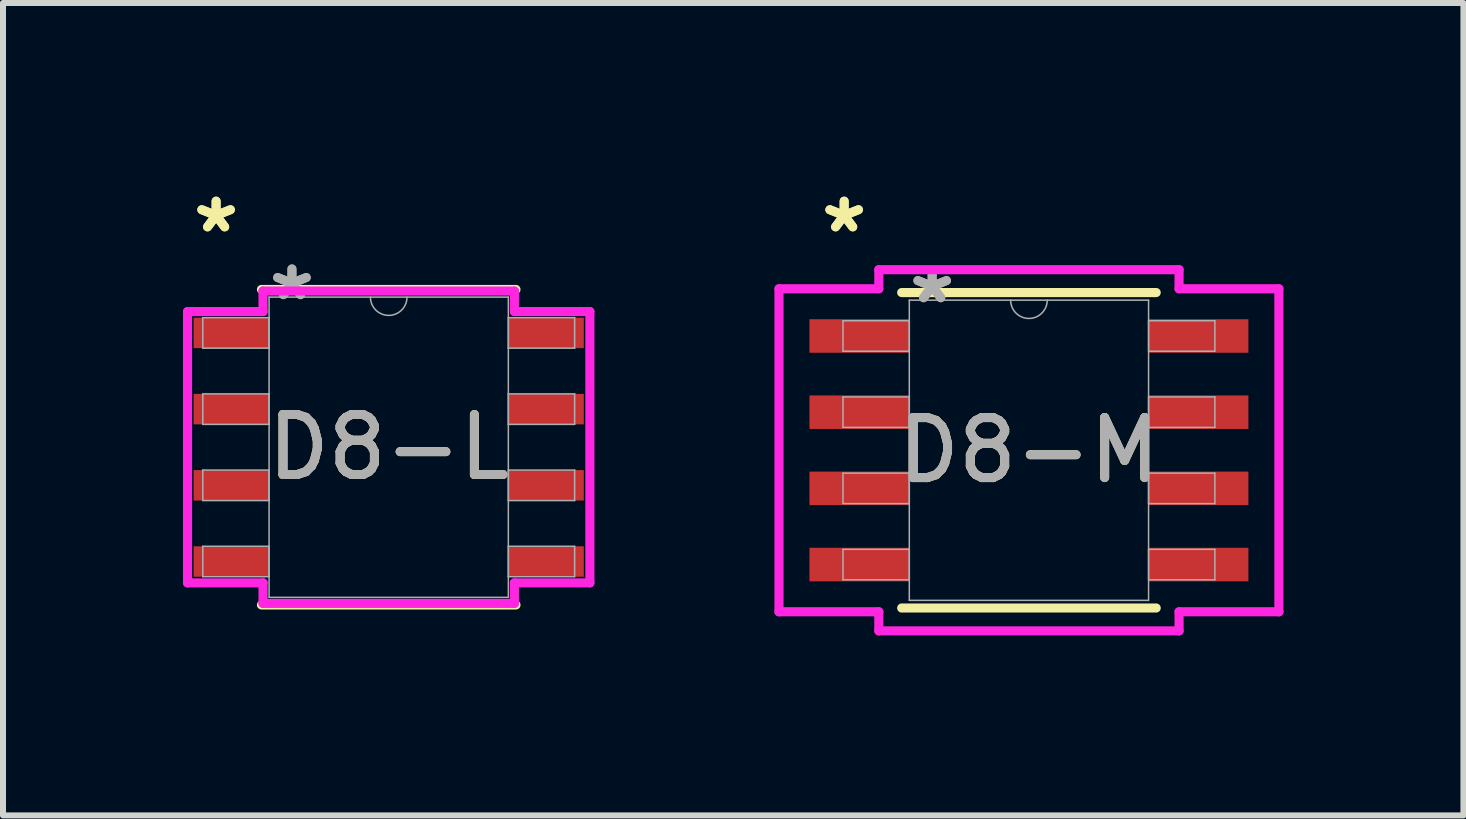
<source format=kicad_pcb>
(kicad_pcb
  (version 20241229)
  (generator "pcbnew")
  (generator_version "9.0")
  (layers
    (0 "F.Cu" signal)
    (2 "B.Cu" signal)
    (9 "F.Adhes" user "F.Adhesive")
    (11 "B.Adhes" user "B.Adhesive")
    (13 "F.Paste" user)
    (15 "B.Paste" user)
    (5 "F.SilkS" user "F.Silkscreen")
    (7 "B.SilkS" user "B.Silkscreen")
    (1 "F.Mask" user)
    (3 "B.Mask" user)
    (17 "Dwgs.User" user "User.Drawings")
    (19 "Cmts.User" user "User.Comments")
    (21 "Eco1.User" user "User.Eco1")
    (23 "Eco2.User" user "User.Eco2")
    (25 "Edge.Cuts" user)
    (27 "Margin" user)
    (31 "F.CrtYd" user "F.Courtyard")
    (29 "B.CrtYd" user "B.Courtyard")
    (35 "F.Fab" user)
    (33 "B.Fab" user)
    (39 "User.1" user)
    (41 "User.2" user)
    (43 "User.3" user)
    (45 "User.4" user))
  (footprint "D8-L"
    (layer "F.Cu")
    (at 3.429 4.404)
    (property "Reference" "D8-L" (at 0 0 0) (unlocked yes) (layer "F.SilkS") (effects (font (size 1 1) (thickness 0.15))))
    (attr smd)
    (fp_line (start -2.121 2.629) (end 2.121 2.629) (stroke (width 0.152) (type solid)) (layer "F.SilkS"))
    (fp_line (start 2.121 -2.629) (end -2.121 -2.629) (stroke (width 0.152) (type solid)) (layer "F.SilkS"))
    (fp_line (start -3.353 -2.261) (end -2.095 -2.261) (stroke (width 0.152) (type solid)) (layer "F.CrtYd"))
    (fp_line (start -3.353 2.261) (end -3.353 -2.261) (stroke (width 0.152) (type solid)) (layer "F.CrtYd"))
    (fp_line (start -3.353 2.261) (end -2.095 2.261) (stroke (width 0.152) (type solid)) (layer "F.CrtYd"))
    (fp_line (start -2.095 -2.603) (end 2.095 -2.603) (stroke (width 0.152) (type solid)) (layer "F.CrtYd"))
    (fp_line (start -2.095 -2.261) (end -2.095 -2.603) (stroke (width 0.152) (type solid)) (layer "F.CrtYd"))
    (fp_line (start -2.095 2.603) (end -2.095 2.261) (stroke (width 0.152) (type solid)) (layer "F.CrtYd"))
    (fp_line (start 2.095 -2.603) (end 2.095 -2.261) (stroke (width 0.152) (type solid)) (layer "F.CrtYd"))
    (fp_line (start 2.095 2.261) (end 2.095 2.603) (stroke (width 0.152) (type solid)) (layer "F.CrtYd"))
    (fp_line (start 2.095 2.603) (end -2.095 2.603) (stroke (width 0.152) (type solid)) (layer "F.CrtYd"))
    (fp_line (start 3.353 -2.261) (end 2.095 -2.261) (stroke (width 0.152) (type solid)) (layer "F.CrtYd"))
    (fp_line (start 3.353 -2.261) (end 3.353 2.261) (stroke (width 0.152) (type solid)) (layer "F.CrtYd"))
    (fp_line (start 3.353 2.261) (end 2.095 2.261) (stroke (width 0.152) (type solid)) (layer "F.CrtYd"))
    (fp_line (start -3.099 -2.159) (end -3.099 -1.651) (stroke (width 0.025) (type solid)) (layer "F.Fab"))
    (fp_line (start -3.099 -1.651) (end -1.994 -1.651) (stroke (width 0.025) (type solid)) (layer "F.Fab"))
    (fp_line (start -3.099 -0.889) (end -3.099 -0.381) (stroke (width 0.025) (type solid)) (layer "F.Fab"))
    (fp_line (start -3.099 -0.381) (end -1.994 -0.381) (stroke (width 0.025) (type solid)) (layer "F.Fab"))
    (fp_line (start -3.099 0.381) (end -3.099 0.889) (stroke (width 0.025) (type solid)) (layer "F.Fab"))
    (fp_line (start -3.099 0.889) (end -1.994 0.889) (stroke (width 0.025) (type solid)) (layer "F.Fab"))
    (fp_line (start -3.099 1.651) (end -3.099 2.159) (stroke (width 0.025) (type solid)) (layer "F.Fab"))
    (fp_line (start -3.099 2.159) (end -1.994 2.159) (stroke (width 0.025) (type solid)) (layer "F.Fab"))
    (fp_line (start -1.994 -2.502) (end -1.994 2.502) (stroke (width 0.025) (type solid)) (layer "F.Fab"))
    (fp_line (start -1.994 -2.159) (end -3.099 -2.159) (stroke (width 0.025) (type solid)) (layer "F.Fab"))
    (fp_line (start -1.994 -1.651) (end -1.994 -2.159) (stroke (width 0.025) (type solid)) (layer "F.Fab"))
    (fp_line (start -1.994 -0.889) (end -3.099 -0.889) (stroke (width 0.025) (type solid)) (layer "F.Fab"))
    (fp_line (start -1.994 -0.381) (end -1.994 -0.889) (stroke (width 0.025) (type solid)) (layer "F.Fab"))
    (fp_line (start -1.994 0.381) (end -3.099 0.381) (stroke (width 0.025) (type solid)) (layer "F.Fab"))
    (fp_line (start -1.994 0.889) (end -1.994 0.381) (stroke (width 0.025) (type solid)) (layer "F.Fab"))
    (fp_line (start -1.994 1.651) (end -3.099 1.651) (stroke (width 0.025) (type solid)) (layer "F.Fab"))
    (fp_line (start -1.994 2.159) (end -1.994 1.651) (stroke (width 0.025) (type solid)) (layer "F.Fab"))
    (fp_line (start -1.994 2.502) (end 1.994 2.502) (stroke (width 0.025) (type solid)) (layer "F.Fab"))
    (fp_line (start 1.994 -2.502) (end -1.994 -2.502) (stroke (width 0.025) (type solid)) (layer "F.Fab"))
    (fp_line (start 1.994 -2.159) (end 1.994 -1.651) (stroke (width 0.025) (type solid)) (layer "F.Fab"))
    (fp_line (start 1.994 -1.651) (end 3.099 -1.651) (stroke (width 0.025) (type solid)) (layer "F.Fab"))
    (fp_line (start 1.994 -0.889) (end 1.994 -0.381) (stroke (width 0.025) (type solid)) (layer "F.Fab"))
    (fp_line (start 1.994 -0.381) (end 3.099 -0.381) (stroke (width 0.025) (type solid)) (layer "F.Fab"))
    (fp_line (start 1.994 0.381) (end 1.994 0.889) (stroke (width 0.025) (type solid)) (layer "F.Fab"))
    (fp_line (start 1.994 0.889) (end 3.099 0.889) (stroke (width 0.025) (type solid)) (layer "F.Fab"))
    (fp_line (start 1.994 1.651) (end 1.994 2.159) (stroke (width 0.025) (type solid)) (layer "F.Fab"))
    (fp_line (start 1.994 2.159) (end 3.099 2.159) (stroke (width 0.025) (type solid)) (layer "F.Fab"))
    (fp_line (start 1.994 2.502) (end 1.994 -2.502) (stroke (width 0.025) (type solid)) (layer "F.Fab"))
    (fp_line (start 3.099 -2.159) (end 1.994 -2.159) (stroke (width 0.025) (type solid)) (layer "F.Fab"))
    (fp_line (start 3.099 -1.651) (end 3.099 -2.159) (stroke (width 0.025) (type solid)) (layer "F.Fab"))
    (fp_line (start 3.099 -0.889) (end 1.994 -0.889) (stroke (width 0.025) (type solid)) (layer "F.Fab"))
    (fp_line (start 3.099 -0.381) (end 3.099 -0.889) (stroke (width 0.025) (type solid)) (layer "F.Fab"))
    (fp_line (start 3.099 0.381) (end 1.994 0.381) (stroke (width 0.025) (type solid)) (layer "F.Fab"))
    (fp_line (start 3.099 0.889) (end 3.099 0.381) (stroke (width 0.025) (type solid)) (layer "F.Fab"))
    (fp_line (start 3.099 1.651) (end 1.994 1.651) (stroke (width 0.025) (type solid)) (layer "F.Fab"))
    (fp_line (start 3.099 2.159) (end 3.099 1.651) (stroke (width 0.025) (type solid)) (layer "F.Fab"))
    (fp_arc (start 0.3048 -2.5019) (mid 0 -2.1971) (end -0.3048 -2.5019) (stroke (width 0.0254) (type solid)) (layer "F.Fab"))
    (fp_text user "*" (at -2.877 -3.556 0) (unlocked yes) (layer "F.SilkS") (effects (font (size 1 1) (thickness 0.15))))
    (fp_text user "*" (at -2.877 -3.556 0) (layer "F.SilkS") (effects (font (size 1 1) (thickness 0.15))))
    (fp_text user "${REFERENCE}" (at 0 0 0) (unlocked yes) (layer "F.Fab") (effects (font (size 1 1) (thickness 0.15))))
    (fp_text user "*" (at -1.613 -2.426 0) (unlocked yes) (layer "F.Fab") (effects (font (size 1 1) (thickness 0.15))))
    (fp_text user "*" (at -1.613 -2.426 0) (layer "F.Fab") (effects (font (size 1 1) (thickness 0.15))))
    (pad "1" smd rect (at -2.623 -1.905) (size 1.257 0.508) (layers "F.Cu" "F.Mask" "F.Paste"))
    (pad "2" smd rect (at -2.623 -0.635) (size 1.257 0.508) (layers "F.Cu" "F.Mask" "F.Paste"))
    (pad "3" smd rect (at -2.623 0.635) (size 1.257 0.508) (layers "F.Cu" "F.Mask" "F.Paste"))
    (pad "4" smd rect (at -2.623 1.905) (size 1.257 0.508) (layers "F.Cu" "F.Mask" "F.Paste"))
    (pad "5" smd rect (at 2.623 1.905) (size 1.257 0.508) (layers "F.Cu" "F.Mask" "F.Paste"))
    (pad "6" smd rect (at 2.623 0.635) (size 1.257 0.508) (layers "F.Cu" "F.Mask" "F.Paste"))
    (pad "7" smd rect (at 2.623 -0.635) (size 1.257 0.508) (layers "F.Cu" "F.Mask" "F.Paste"))
    (pad "8" smd rect (at 2.623 -1.905) (size 1.257 0.508) (layers "F.Cu" "F.Mask" "F.Paste")))
  (footprint "D8-M"
    (layer "F.Cu")
    (at 14.1 4.455)
    (property "Reference" "D8-M" (at 0 0 0) (unlocked yes) (layer "F.SilkS") (effects (font (size 1 1) (thickness 0.15))))
    (attr smd)
    (fp_line (start -2.121 2.629) (end 2.121 2.629) (stroke (width 0.152) (type solid)) (layer "F.SilkS"))
    (fp_line (start 2.121 -2.629) (end -2.121 -2.629) (stroke (width 0.152) (type solid)) (layer "F.SilkS"))
    (fp_line (start -4.166 -2.692) (end -2.502 -2.692) (stroke (width 0.152) (type solid)) (layer "F.CrtYd"))
    (fp_line (start -4.166 2.692) (end -4.166 -2.692) (stroke (width 0.152) (type solid)) (layer "F.CrtYd"))
    (fp_line (start -4.166 2.692) (end -2.502 2.692) (stroke (width 0.152) (type solid)) (layer "F.CrtYd"))
    (fp_line (start -2.502 -3.01) (end 2.502 -3.01) (stroke (width 0.152) (type solid)) (layer "F.CrtYd"))
    (fp_line (start -2.502 -2.692) (end -2.502 -3.01) (stroke (width 0.152) (type solid)) (layer "F.CrtYd"))
    (fp_line (start -2.502 3.01) (end -2.502 2.692) (stroke (width 0.152) (type solid)) (layer "F.CrtYd"))
    (fp_line (start 2.502 -3.01) (end 2.502 -2.692) (stroke (width 0.152) (type solid)) (layer "F.CrtYd"))
    (fp_line (start 2.502 2.692) (end 2.502 3.01) (stroke (width 0.152) (type solid)) (layer "F.CrtYd"))
    (fp_line (start 2.502 3.01) (end -2.502 3.01) (stroke (width 0.152) (type solid)) (layer "F.CrtYd"))
    (fp_line (start 4.166 -2.692) (end 2.502 -2.692) (stroke (width 0.152) (type solid)) (layer "F.CrtYd"))
    (fp_line (start 4.166 -2.692) (end 4.166 2.692) (stroke (width 0.152) (type solid)) (layer "F.CrtYd"))
    (fp_line (start 4.166 2.692) (end 2.502 2.692) (stroke (width 0.152) (type solid)) (layer "F.CrtYd"))
    (fp_line (start -3.099 -2.159) (end -3.099 -1.651) (stroke (width 0.025) (type solid)) (layer "F.Fab"))
    (fp_line (start -3.099 -1.651) (end -1.994 -1.651) (stroke (width 0.025) (type solid)) (layer "F.Fab"))
    (fp_line (start -3.099 -0.889) (end -3.099 -0.381) (stroke (width 0.025) (type solid)) (layer "F.Fab"))
    (fp_line (start -3.099 -0.381) (end -1.994 -0.381) (stroke (width 0.025) (type solid)) (layer "F.Fab"))
    (fp_line (start -3.099 0.381) (end -3.099 0.889) (stroke (width 0.025) (type solid)) (layer "F.Fab"))
    (fp_line (start -3.099 0.889) (end -1.994 0.889) (stroke (width 0.025) (type solid)) (layer "F.Fab"))
    (fp_line (start -3.099 1.651) (end -3.099 2.159) (stroke (width 0.025) (type solid)) (layer "F.Fab"))
    (fp_line (start -3.099 2.159) (end -1.994 2.159) (stroke (width 0.025) (type solid)) (layer "F.Fab"))
    (fp_line (start -1.994 -2.502) (end -1.994 2.502) (stroke (width 0.025) (type solid)) (layer "F.Fab"))
    (fp_line (start -1.994 -2.159) (end -3.099 -2.159) (stroke (width 0.025) (type solid)) (layer "F.Fab"))
    (fp_line (start -1.994 -1.651) (end -1.994 -2.159) (stroke (width 0.025) (type solid)) (layer "F.Fab"))
    (fp_line (start -1.994 -0.889) (end -3.099 -0.889) (stroke (width 0.025) (type solid)) (layer "F.Fab"))
    (fp_line (start -1.994 -0.381) (end -1.994 -0.889) (stroke (width 0.025) (type solid)) (layer "F.Fab"))
    (fp_line (start -1.994 0.381) (end -3.099 0.381) (stroke (width 0.025) (type solid)) (layer "F.Fab"))
    (fp_line (start -1.994 0.889) (end -1.994 0.381) (stroke (width 0.025) (type solid)) (layer "F.Fab"))
    (fp_line (start -1.994 1.651) (end -3.099 1.651) (stroke (width 0.025) (type solid)) (layer "F.Fab"))
    (fp_line (start -1.994 2.159) (end -1.994 1.651) (stroke (width 0.025) (type solid)) (layer "F.Fab"))
    (fp_line (start -1.994 2.502) (end 1.994 2.502) (stroke (width 0.025) (type solid)) (layer "F.Fab"))
    (fp_line (start 1.994 -2.502) (end -1.994 -2.502) (stroke (width 0.025) (type solid)) (layer "F.Fab"))
    (fp_line (start 1.994 -2.159) (end 1.994 -1.651) (stroke (width 0.025) (type solid)) (layer "F.Fab"))
    (fp_line (start 1.994 -1.651) (end 3.099 -1.651) (stroke (width 0.025) (type solid)) (layer "F.Fab"))
    (fp_line (start 1.994 -0.889) (end 1.994 -0.381) (stroke (width 0.025) (type solid)) (layer "F.Fab"))
    (fp_line (start 1.994 -0.381) (end 3.099 -0.381) (stroke (width 0.025) (type solid)) (layer "F.Fab"))
    (fp_line (start 1.994 0.381) (end 1.994 0.889) (stroke (width 0.025) (type solid)) (layer "F.Fab"))
    (fp_line (start 1.994 0.889) (end 3.099 0.889) (stroke (width 0.025) (type solid)) (layer "F.Fab"))
    (fp_line (start 1.994 1.651) (end 1.994 2.159) (stroke (width 0.025) (type solid)) (layer "F.Fab"))
    (fp_line (start 1.994 2.159) (end 3.099 2.159) (stroke (width 0.025) (type solid)) (layer "F.Fab"))
    (fp_line (start 1.994 2.502) (end 1.994 -2.502) (stroke (width 0.025) (type solid)) (layer "F.Fab"))
    (fp_line (start 3.099 -2.159) (end 1.994 -2.159) (stroke (width 0.025) (type solid)) (layer "F.Fab"))
    (fp_line (start 3.099 -1.651) (end 3.099 -2.159) (stroke (width 0.025) (type solid)) (layer "F.Fab"))
    (fp_line (start 3.099 -0.889) (end 1.994 -0.889) (stroke (width 0.025) (type solid)) (layer "F.Fab"))
    (fp_line (start 3.099 -0.381) (end 3.099 -0.889) (stroke (width 0.025) (type solid)) (layer "F.Fab"))
    (fp_line (start 3.099 0.381) (end 1.994 0.381) (stroke (width 0.025) (type solid)) (layer "F.Fab"))
    (fp_line (start 3.099 0.889) (end 3.099 0.381) (stroke (width 0.025) (type solid)) (layer "F.Fab"))
    (fp_line (start 3.099 1.651) (end 1.994 1.651) (stroke (width 0.025) (type solid)) (layer "F.Fab"))
    (fp_line (start 3.099 2.159) (end 3.099 1.651) (stroke (width 0.025) (type solid)) (layer "F.Fab"))
    (fp_arc (start 0.3048 -2.5019) (mid 0 -2.1971) (end -0.3048 -2.5019) (stroke (width 0.0254) (type solid)) (layer "F.Fab"))
    (fp_text user "*" (at -3.08 -3.607 0) (unlocked yes) (layer "F.SilkS") (effects (font (size 1 1) (thickness 0.15))))
    (fp_text user "*" (at -3.08 -3.607 0) (layer "F.SilkS") (effects (font (size 1 1) (thickness 0.15))))
    (fp_text user "${REFERENCE}" (at 0 0 0) (unlocked yes) (layer "F.Fab") (effects (font (size 1 1) (thickness 0.15))))
    (fp_text user "*" (at -1.613 -2.426 0) (layer "F.Fab") (effects (font (size 1 1) (thickness 0.15))))
    (fp_text user "*" (at -1.613 -2.426 0) (unlocked yes) (layer "F.Fab") (effects (font (size 1 1) (thickness 0.15))))
    (pad "1" smd rect (at -2.826 -1.905) (size 1.664 0.559) (layers "F.Cu" "F.Mask" "F.Paste"))
    (pad "2" smd rect (at -2.826 -0.635) (size 1.664 0.559) (layers "F.Cu" "F.Mask" "F.Paste"))
    (pad "3" smd rect (at -2.826 0.635) (size 1.664 0.559) (layers "F.Cu" "F.Mask" "F.Paste"))
    (pad "4" smd rect (at -2.826 1.905) (size 1.664 0.559) (layers "F.Cu" "F.Mask" "F.Paste"))
    (pad "5" smd rect (at 2.826 1.905) (size 1.664 0.559) (layers "F.Cu" "F.Mask" "F.Paste"))
    (pad "6" smd rect (at 2.826 0.635) (size 1.664 0.559) (layers "F.Cu" "F.Mask" "F.Paste"))
    (pad "7" smd rect (at 2.826 -0.635) (size 1.664 0.559) (layers "F.Cu" "F.Mask" "F.Paste"))
    (pad "8" smd rect (at 2.826 -1.905) (size 1.664 0.559) (layers "F.Cu" "F.Mask" "F.Paste")))
  (gr_rect
    (start -3 -3)
    (end 21.342 10.541)
    (stroke (width 0.1) (type default))
    (fill no)
    (layer "Edge.Cuts")))
</source>
